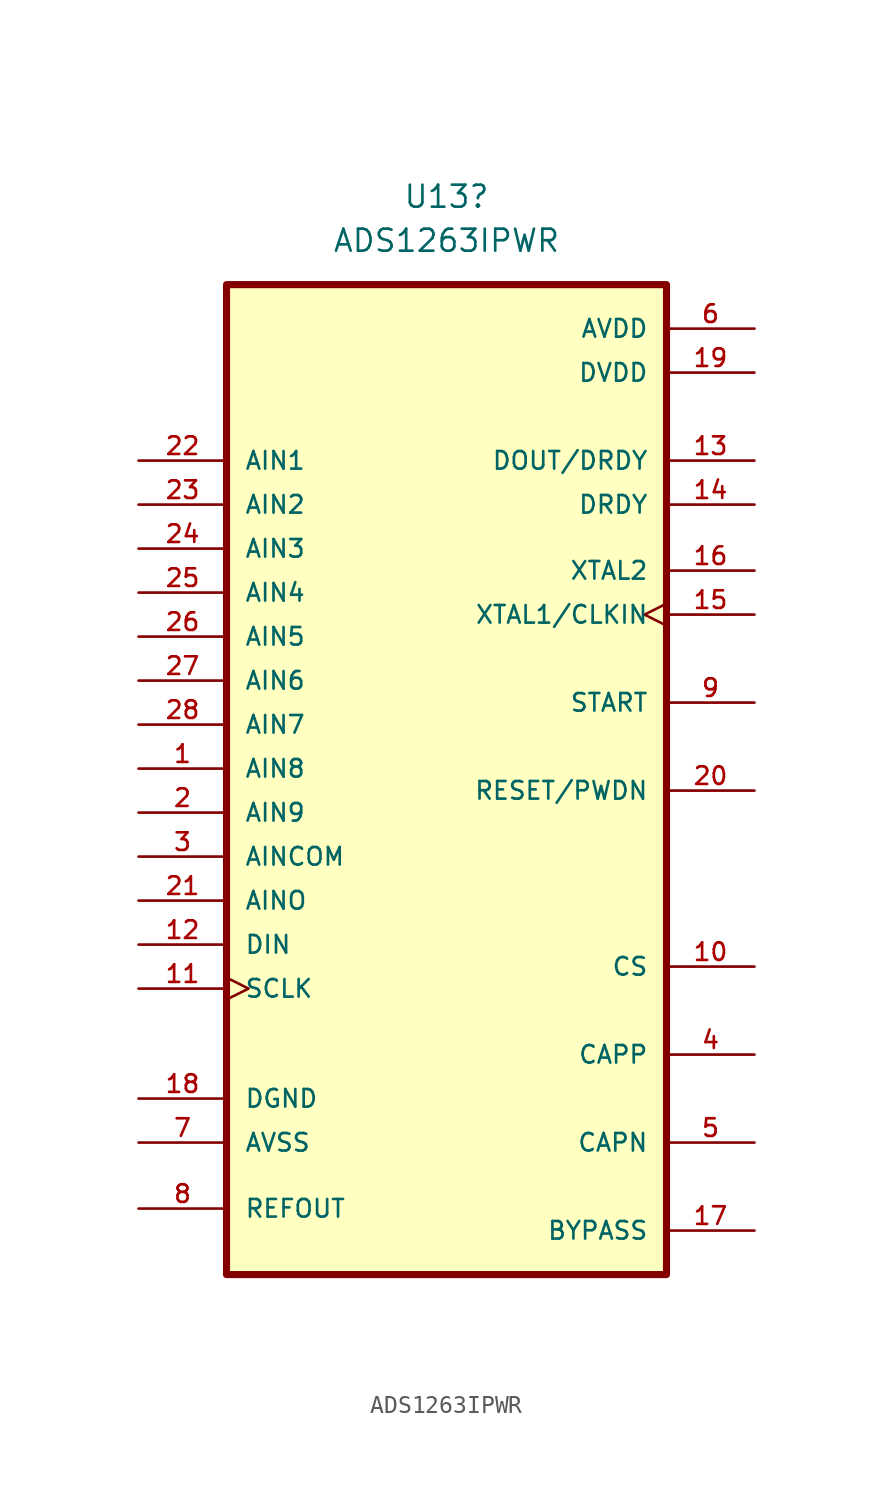
<source format=kicad_sym>
(kicad_symbol_lib
  (version 20220914)
  (generator kicad_symbol_editor)
  (symbol "ADS1263IPWR"
    (pin_names
      (offset 1.016))
    (property "Reference" "U13"
      (at 0 53.34 0)
      (effects (font (size 1.27 1.27))))
    (property "Value" "ADS1263IPWR"
      (at 0 50.8 0)
      (effects (font (size 1.27 1.27))))
    (symbol "ADS1263IPWR_0_0"
      (rectangle (start -12.7 48.26) (end 12.7 -8.89) (stroke (width 0.41) (type default)) (fill (type background)))
      (pin input line (at -17.78 20.32 0) (length 5.08) (name "AIN8" (effects (font (size 1.016 1.016)))) (number "1" (effects (font (size 1.016 1.016)))))
      (pin bidirectional line (at 17.78 8.89 180) (length 5.08) (name "CS" (effects (font (size 1.016 1.016)))) (number "10" (effects (font (size 1.016 1.016)))))
      (pin input clock (at -17.78 7.62 0) (length 5.08) (name "SCLK" (effects (font (size 1.016 1.016)))) (number "11" (effects (font (size 1.016 1.016)))))
      (pin input line (at -17.78 10.16 0) (length 5.08) (name "DIN" (effects (font (size 1.016 1.016)))) (number "12" (effects (font (size 1.016 1.016)))))
      (pin output line (at 17.78 38.1 180) (length 5.08) (name "DOUT/DRDY" (effects (font (size 1.016 1.016)))) (number "13" (effects (font (size 1.016 1.016)))))
      (pin bidirectional line (at 17.78 35.56 180) (length 5.08) (name "DRDY" (effects (font (size 1.016 1.016)))) (number "14" (effects (font (size 1.016 1.016)))))
      (pin bidirectional clock (at 17.78 29.21 180) (length 5.08) (name "XTAL1/CLKIN" (effects (font (size 1.016 1.016)))) (number "15" (effects (font (size 1.016 1.016)))))
      (pin bidirectional line (at 17.78 31.75 180) (length 5.08) (name "XTAL2" (effects (font (size 1.016 1.016)))) (number "16" (effects (font (size 1.016 1.016)))))
      (pin bidirectional line (at 17.78 -6.35 180) (length 5.08) (name "BYPASS" (effects (font (size 1.016 1.016)))) (number "17" (effects (font (size 1.016 1.016)))))
      (pin power_in line (at -17.78 1.27 0) (length 5.08) (name "DGND" (effects (font (size 1.016 1.016)))) (number "18" (effects (font (size 1.016 1.016)))))
      (pin power_in line (at 17.78 43.18 180) (length 5.08) (name "DVDD" (effects (font (size 1.016 1.016)))) (number "19" (effects (font (size 1.016 1.016)))))
      (pin input line (at -17.78 17.78 0) (length 5.08) (name "AIN9" (effects (font (size 1.016 1.016)))) (number "2" (effects (font (size 1.016 1.016)))))
      (pin bidirectional line (at 17.78 19.05 180) (length 5.08) (name "RESET/PWDN" (effects (font (size 1.016 1.016)))) (number "20" (effects (font (size 1.016 1.016)))))
      (pin input line (at -17.78 12.7 0) (length 5.08) (name "AINO" (effects (font (size 1.016 1.016)))) (number "21" (effects (font (size 1.016 1.016)))))
      (pin input line (at -17.78 38.1 0) (length 5.08) (name "AIN1" (effects (font (size 1.016 1.016)))) (number "22" (effects (font (size 1.016 1.016)))))
      (pin input line (at -17.78 35.56 0) (length 5.08) (name "AIN2" (effects (font (size 1.016 1.016)))) (number "23" (effects (font (size 1.016 1.016)))))
      (pin input line (at -17.78 33.02 0) (length 5.08) (name "AIN3" (effects (font (size 1.016 1.016)))) (number "24" (effects (font (size 1.016 1.016)))))
      (pin input line (at -17.78 30.48 0) (length 5.08) (name "AIN4" (effects (font (size 1.016 1.016)))) (number "25" (effects (font (size 1.016 1.016)))))
      (pin input line (at -17.78 27.94 0) (length 5.08) (name "AIN5" (effects (font (size 1.016 1.016)))) (number "26" (effects (font (size 1.016 1.016)))))
      (pin input line (at -17.78 25.4 0) (length 5.08) (name "AIN6" (effects (font (size 1.016 1.016)))) (number "27" (effects (font (size 1.016 1.016)))))
      (pin input line (at -17.78 22.86 0) (length 5.08) (name "AIN7" (effects (font (size 1.016 1.016)))) (number "28" (effects (font (size 1.016 1.016)))))
      (pin input line (at -17.78 15.24 0) (length 5.08) (name "AINCOM" (effects (font (size 1.016 1.016)))) (number "3" (effects (font (size 1.016 1.016)))))
      (pin bidirectional line (at 17.78 3.81 180) (length 5.08) (name "CAPP" (effects (font (size 1.016 1.016)))) (number "4" (effects (font (size 1.016 1.016)))))
      (pin bidirectional line (at 17.78 -1.27 180) (length 5.08) (name "CAPN" (effects (font (size 1.016 1.016)))) (number "5" (effects (font (size 1.016 1.016)))))
      (pin power_in line (at 17.78 45.72 180) (length 5.08) (name "AVDD" (effects (font (size 1.016 1.016)))) (number "6" (effects (font (size 1.016 1.016)))))
      (pin power_in line (at -17.78 -1.27 0) (length 5.08) (name "AVSS" (effects (font (size 1.016 1.016)))) (number "7" (effects (font (size 1.016 1.016)))))
      (pin output line (at -17.78 -5.08 0) (length 5.08) (name "REFOUT" (effects (font (size 1.016 1.016)))) (number "8" (effects (font (size 1.016 1.016)))))
      (pin bidirectional line (at 17.78 24.13 180) (length 5.08) (name "START" (effects (font (size 1.016 1.016)))) (number "9" (effects (font (size 1.016 1.016))))))))
</source>
